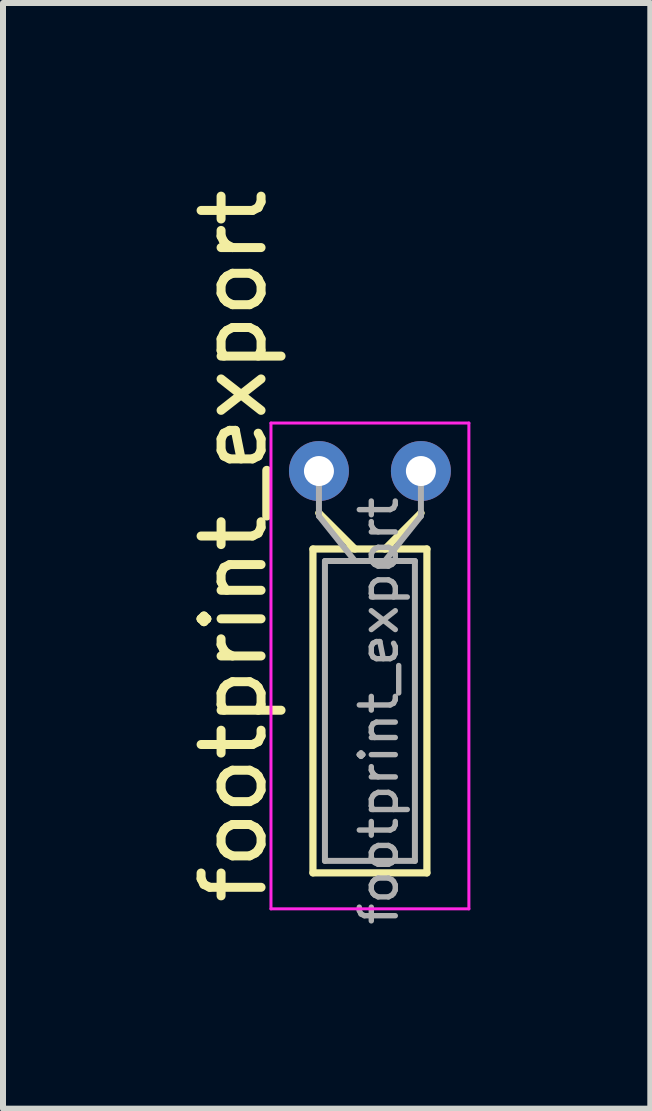
<source format=kicad_pcb>
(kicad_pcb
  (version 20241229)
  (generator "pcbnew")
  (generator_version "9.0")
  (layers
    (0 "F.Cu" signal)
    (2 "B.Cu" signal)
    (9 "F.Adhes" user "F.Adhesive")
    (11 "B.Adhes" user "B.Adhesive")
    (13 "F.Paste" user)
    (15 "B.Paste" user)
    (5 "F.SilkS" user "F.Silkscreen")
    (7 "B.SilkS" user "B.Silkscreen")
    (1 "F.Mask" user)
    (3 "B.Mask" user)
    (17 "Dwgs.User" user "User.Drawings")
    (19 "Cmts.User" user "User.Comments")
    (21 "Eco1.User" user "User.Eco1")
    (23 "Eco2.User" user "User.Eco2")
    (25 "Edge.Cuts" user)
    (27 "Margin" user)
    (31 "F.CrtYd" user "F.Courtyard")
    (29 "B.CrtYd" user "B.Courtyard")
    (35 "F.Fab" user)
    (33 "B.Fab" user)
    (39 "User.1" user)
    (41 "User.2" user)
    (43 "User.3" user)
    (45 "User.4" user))
  (footprint "footprint_export"
    (layer "F.Cu")
    (at 2.268 4.804)
    (property "Reference" "footprint_export" (at -1.42 1.25 90) (layer "F.SilkS") (effects (font (size 1 1) (thickness 0.15))))
    (attr through_hole)
    (fp_line (start -0.1 1.3) (end -0.1 6.7) (stroke (width 0.12) (type solid)) (layer "F.SilkS"))
    (fp_line (start -0.1 6.7) (end 1.8 6.7) (stroke (width 0.12) (type solid)) (layer "F.SilkS"))
    (fp_line (start 0 0.7) (end 0 0.7) (stroke (width 0.12) (type solid)) (layer "F.SilkS"))
    (fp_line (start 0.6 1.3) (end 0 0.7) (stroke (width 0.12) (type solid)) (layer "F.SilkS"))
    (fp_line (start 1.1 1.3) (end 1.7 0.7) (stroke (width 0.12) (type solid)) (layer "F.SilkS"))
    (fp_line (start 1.7 0.7) (end 1.7 0.7) (stroke (width 0.12) (type solid)) (layer "F.SilkS"))
    (fp_line (start 1.8 1.3) (end -0.1 1.3) (stroke (width 0.12) (type solid)) (layer "F.SilkS"))
    (fp_line (start 1.8 6.7) (end 1.8 1.3) (stroke (width 0.12) (type solid)) (layer "F.SilkS"))
    (fp_line (start -0.8 -0.8) (end -0.8 7.3) (stroke (width 0.05) (type solid)) (layer "F.CrtYd"))
    (fp_line (start -0.8 7.3) (end 2.5 7.3) (stroke (width 0.05) (type solid)) (layer "F.CrtYd"))
    (fp_line (start 2.5 -0.8) (end -0.8 -0.8) (stroke (width 0.05) (type solid)) (layer "F.CrtYd"))
    (fp_line (start 2.5 7.3) (end 2.5 -0.8) (stroke (width 0.05) (type solid)) (layer "F.CrtYd"))
    (fp_line (start 0 0.75) (end 0 0) (stroke (width 0.1) (type solid)) (layer "F.Fab"))
    (fp_line (start 0.1 1.5) (end 0.1 6.5) (stroke (width 0.1) (type solid)) (layer "F.Fab"))
    (fp_line (start 0.1 6.5) (end 1.6 6.5) (stroke (width 0.1) (type solid)) (layer "F.Fab"))
    (fp_line (start 0.6 1.5) (end 0 0.75) (stroke (width 0.1) (type solid)) (layer "F.Fab"))
    (fp_line (start 1.1 1.5) (end 1.7 0.75) (stroke (width 0.1) (type solid)) (layer "F.Fab"))
    (fp_line (start 1.6 1.5) (end 0.1 1.5) (stroke (width 0.1) (type solid)) (layer "F.Fab"))
    (fp_line (start 1.6 6.5) (end 1.6 1.5) (stroke (width 0.1) (type solid)) (layer "F.Fab"))
    (fp_line (start 1.7 0.75) (end 1.7 0) (stroke (width 0.1) (type solid)) (layer "F.Fab"))
    (fp_text user "${REFERENCE}" (at 1 4 90) (layer "F.Fab") (effects (font (size 0.6 0.6) (thickness 0.09))))
    (pad "1" thru_hole circle (at 0 0) (size 1 1) (drill 0.5) (layers "*.Cu" "*.Mask"))
    (pad "2" thru_hole circle (at 1.7 0) (size 1 1) (drill 0.5) (layers "*.Cu" "*.Mask")))
  (gr_rect
    (start -3 -3)
    (end 7.793 15.436)
    (stroke (width 0.1) (type default))
    (fill no)
    (layer "Edge.Cuts")))
</source>
